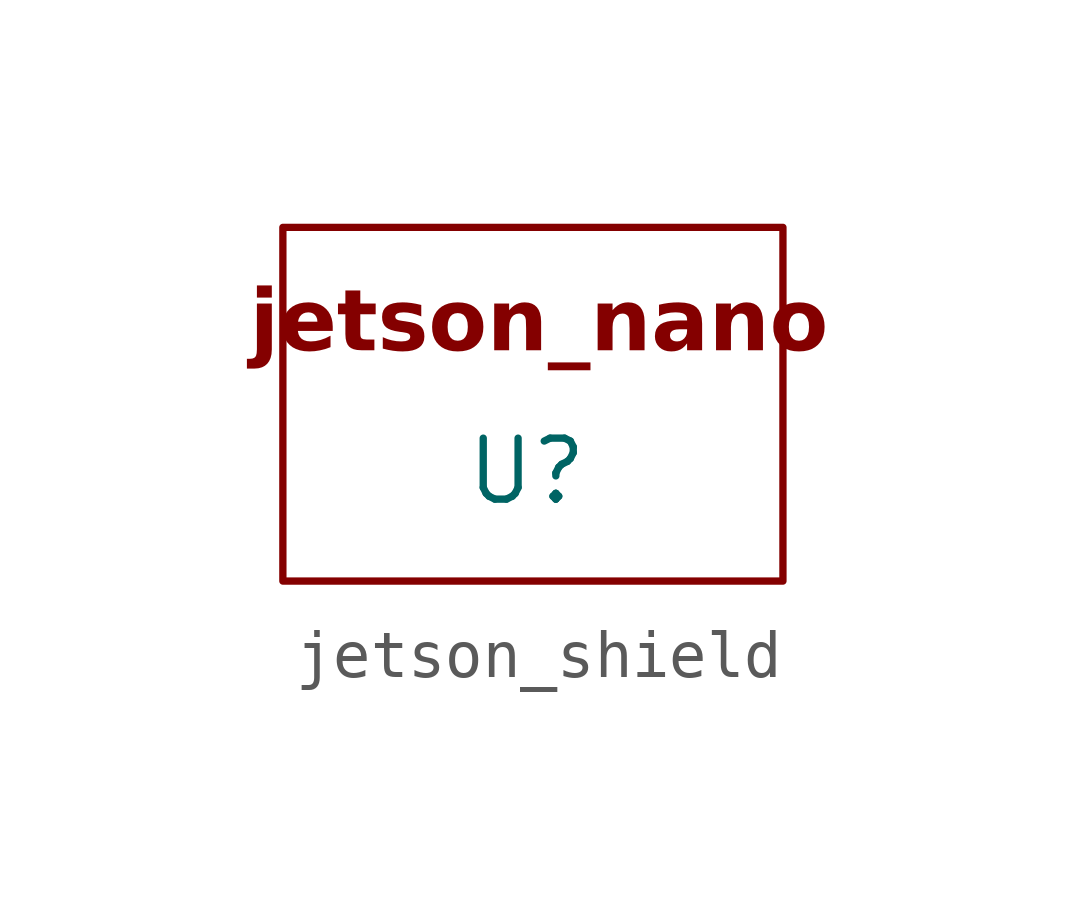
<source format=kicad_sym>
(kicad_symbol_lib
  (version 20220914)
  (generator kicad_symbol_editor)
  (symbol "jetson_shield"
    (property "Reference" "U"
      (at 0 -1.524 0)
      (effects (font (size 1.27 1.27))))
    (property "Value" ""
      (at 0 0 0)
      (effects (font (size 1.27 1.27))))
    (symbol "jetson_shield_0_1"
      (rectangle (start -5.08 3.556) (end 5.334 -3.81) (stroke (width 0) (type default)) (fill (type none))))
    (symbol "jetson_shield_1_1"
      (text "jetson_nano" (at 0.254 1.524 0) (effects (font (face "Bahnschrift") (size 1.27 1.27) bold))))))
</source>
